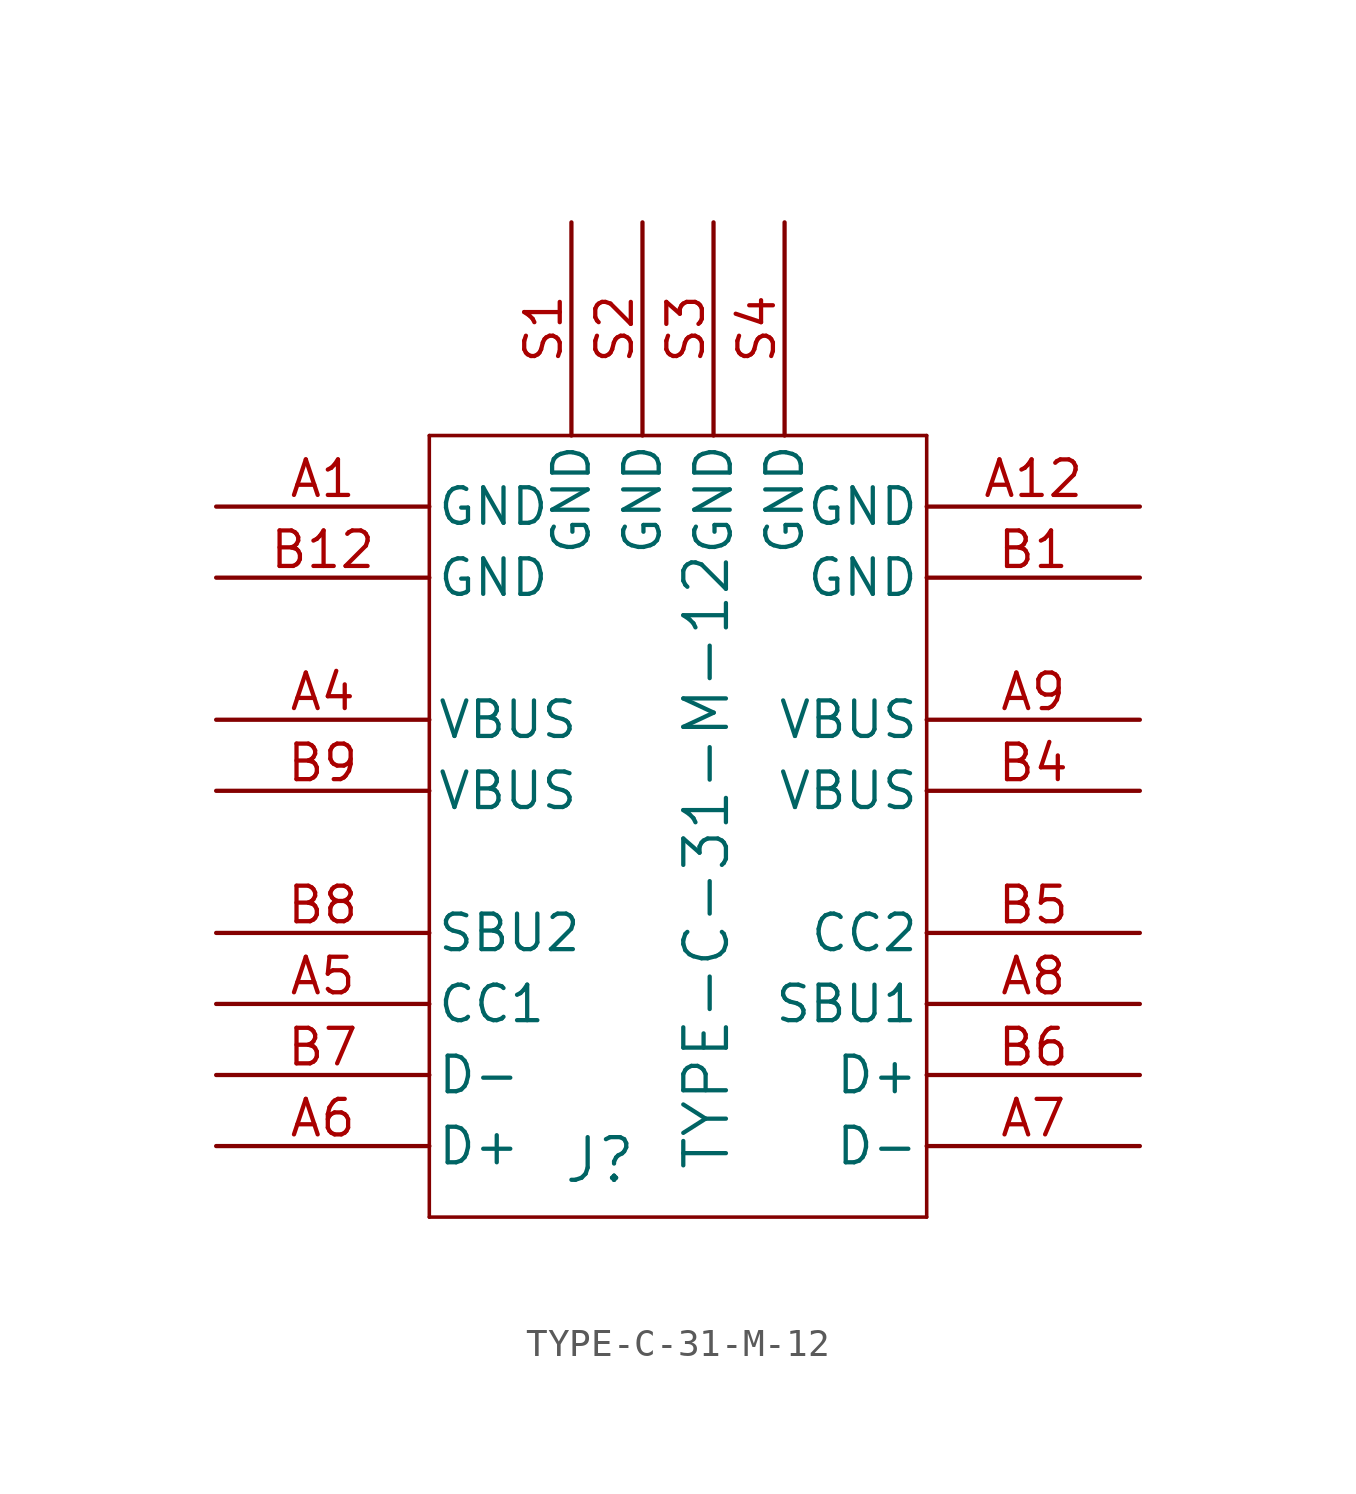
<source format=kicad_sym>
(kicad_symbol_lib
  (version 20231120)
  (generator "kicad_symbol_editor")
  (generator_version "8.0")
  (symbol "TYPE-C-31-M-12"
    (pin_names
      (offset 0.254))
    (property "Reference" "J"
      (at 6.096 -25.908 0)
      (effects (font (size 1.524 1.524))))
    (property "Value" "TYPE-C-31-M-12"
      (at 9.906 -15.24 90)
      (effects (font (size 1.524 1.524))))
    (property "ki_locked" ""
      (at 0 0 0)
      (effects (font (size 1.27 1.27))))
    (symbol "TYPE-C-31-M-12_0_1"
      (polyline (pts (xy 0 -27.94) (xy 17.78 -27.94)) (stroke (width 0.127) (type default)) (fill (type none)))
      (polyline (pts (xy 0 0) (xy 0 -27.94)) (stroke (width 0.127) (type default)) (fill (type none)))
      (polyline (pts (xy 17.78 -27.94) (xy 17.78 0)) (stroke (width 0.127) (type default)) (fill (type none)))
      (polyline (pts (xy 17.78 0) (xy 0 0)) (stroke (width 0.127) (type default)) (fill (type none)))
      (pin power_out line (at -7.62 -2.54 0) (length 7.62) (name "GND" (effects (font (size 1.27 1.27)))) (number "A1" (effects (font (size 1.27 1.27)))))
      (pin power_out line (at 25.4 -2.54 180) (length 7.62) (name "GND" (effects (font (size 1.27 1.27)))) (number "A12" (effects (font (size 1.27 1.27)))))
      (pin unspecified line (at -7.62 -10.16 0) (length 7.62) (name "VBUS" (effects (font (size 1.27 1.27)))) (number "A4" (effects (font (size 1.27 1.27)))))
      (pin bidirectional line (at -7.62 -20.32 0) (length 7.62) (name "CC1" (effects (font (size 1.27 1.27)))) (number "A5" (effects (font (size 1.27 1.27)))))
      (pin unspecified line (at -7.62 -25.4 0) (length 7.62) (name "D+" (effects (font (size 1.27 1.27)))) (number "A6" (effects (font (size 1.27 1.27)))))
      (pin bidirectional line (at 25.4 -25.4 180) (length 7.62) (name "D-" (effects (font (size 1.27 1.27)))) (number "A7" (effects (font (size 1.27 1.27)))))
      (pin bidirectional line (at 25.4 -20.32 180) (length 7.62) (name "SBU1" (effects (font (size 1.27 1.27)))) (number "A8" (effects (font (size 1.27 1.27)))))
      (pin unspecified line (at 25.4 -10.16 180) (length 7.62) (name "VBUS" (effects (font (size 1.27 1.27)))) (number "A9" (effects (font (size 1.27 1.27)))))
      (pin power_out line (at 25.4 -5.08 180) (length 7.62) (name "GND" (effects (font (size 1.27 1.27)))) (number "B1" (effects (font (size 1.27 1.27)))))
      (pin power_out line (at -7.62 -5.08 0) (length 7.62) (name "GND" (effects (font (size 1.27 1.27)))) (number "B12" (effects (font (size 1.27 1.27)))))
      (pin unspecified line (at 25.4 -12.7 180) (length 7.62) (name "VBUS" (effects (font (size 1.27 1.27)))) (number "B4" (effects (font (size 1.27 1.27)))))
      (pin bidirectional line (at 25.4 -17.78 180) (length 7.62) (name "CC2" (effects (font (size 1.27 1.27)))) (number "B5" (effects (font (size 1.27 1.27)))))
      (pin unspecified line (at 25.4 -22.86 180) (length 7.62) (name "D+" (effects (font (size 1.27 1.27)))) (number "B6" (effects (font (size 1.27 1.27)))))
      (pin bidirectional line (at -7.62 -22.86 0) (length 7.62) (name "D-" (effects (font (size 1.27 1.27)))) (number "B7" (effects (font (size 1.27 1.27)))))
      (pin bidirectional line (at -7.62 -17.78 0) (length 7.62) (name "SBU2" (effects (font (size 1.27 1.27)))) (number "B8" (effects (font (size 1.27 1.27)))))
      (pin unspecified line (at -7.62 -12.7 0) (length 7.62) (name "VBUS" (effects (font (size 1.27 1.27)))) (number "B9" (effects (font (size 1.27 1.27))))))
    (symbol "TYPE-C-31-M-12_1_1"
      (pin power_out line (at 5.08 7.62 270) (length 7.62) (name "GND" (effects (font (size 1.27 1.27)))) (number "S1" (effects (font (size 1.27 1.27)))))
      (pin power_out line (at 7.62 7.62 270) (length 7.62) (name "GND" (effects (font (size 1.27 1.27)))) (number "S2" (effects (font (size 1.27 1.27)))))
      (pin power_out line (at 10.16 7.62 270) (length 7.62) (name "GND" (effects (font (size 1.27 1.27)))) (number "S3" (effects (font (size 1.27 1.27)))))
      (pin power_out line (at 12.7 7.62 270) (length 7.62) (name "GND" (effects (font (size 1.27 1.27)))) (number "S4" (effects (font (size 1.27 1.27))))))))
</source>
